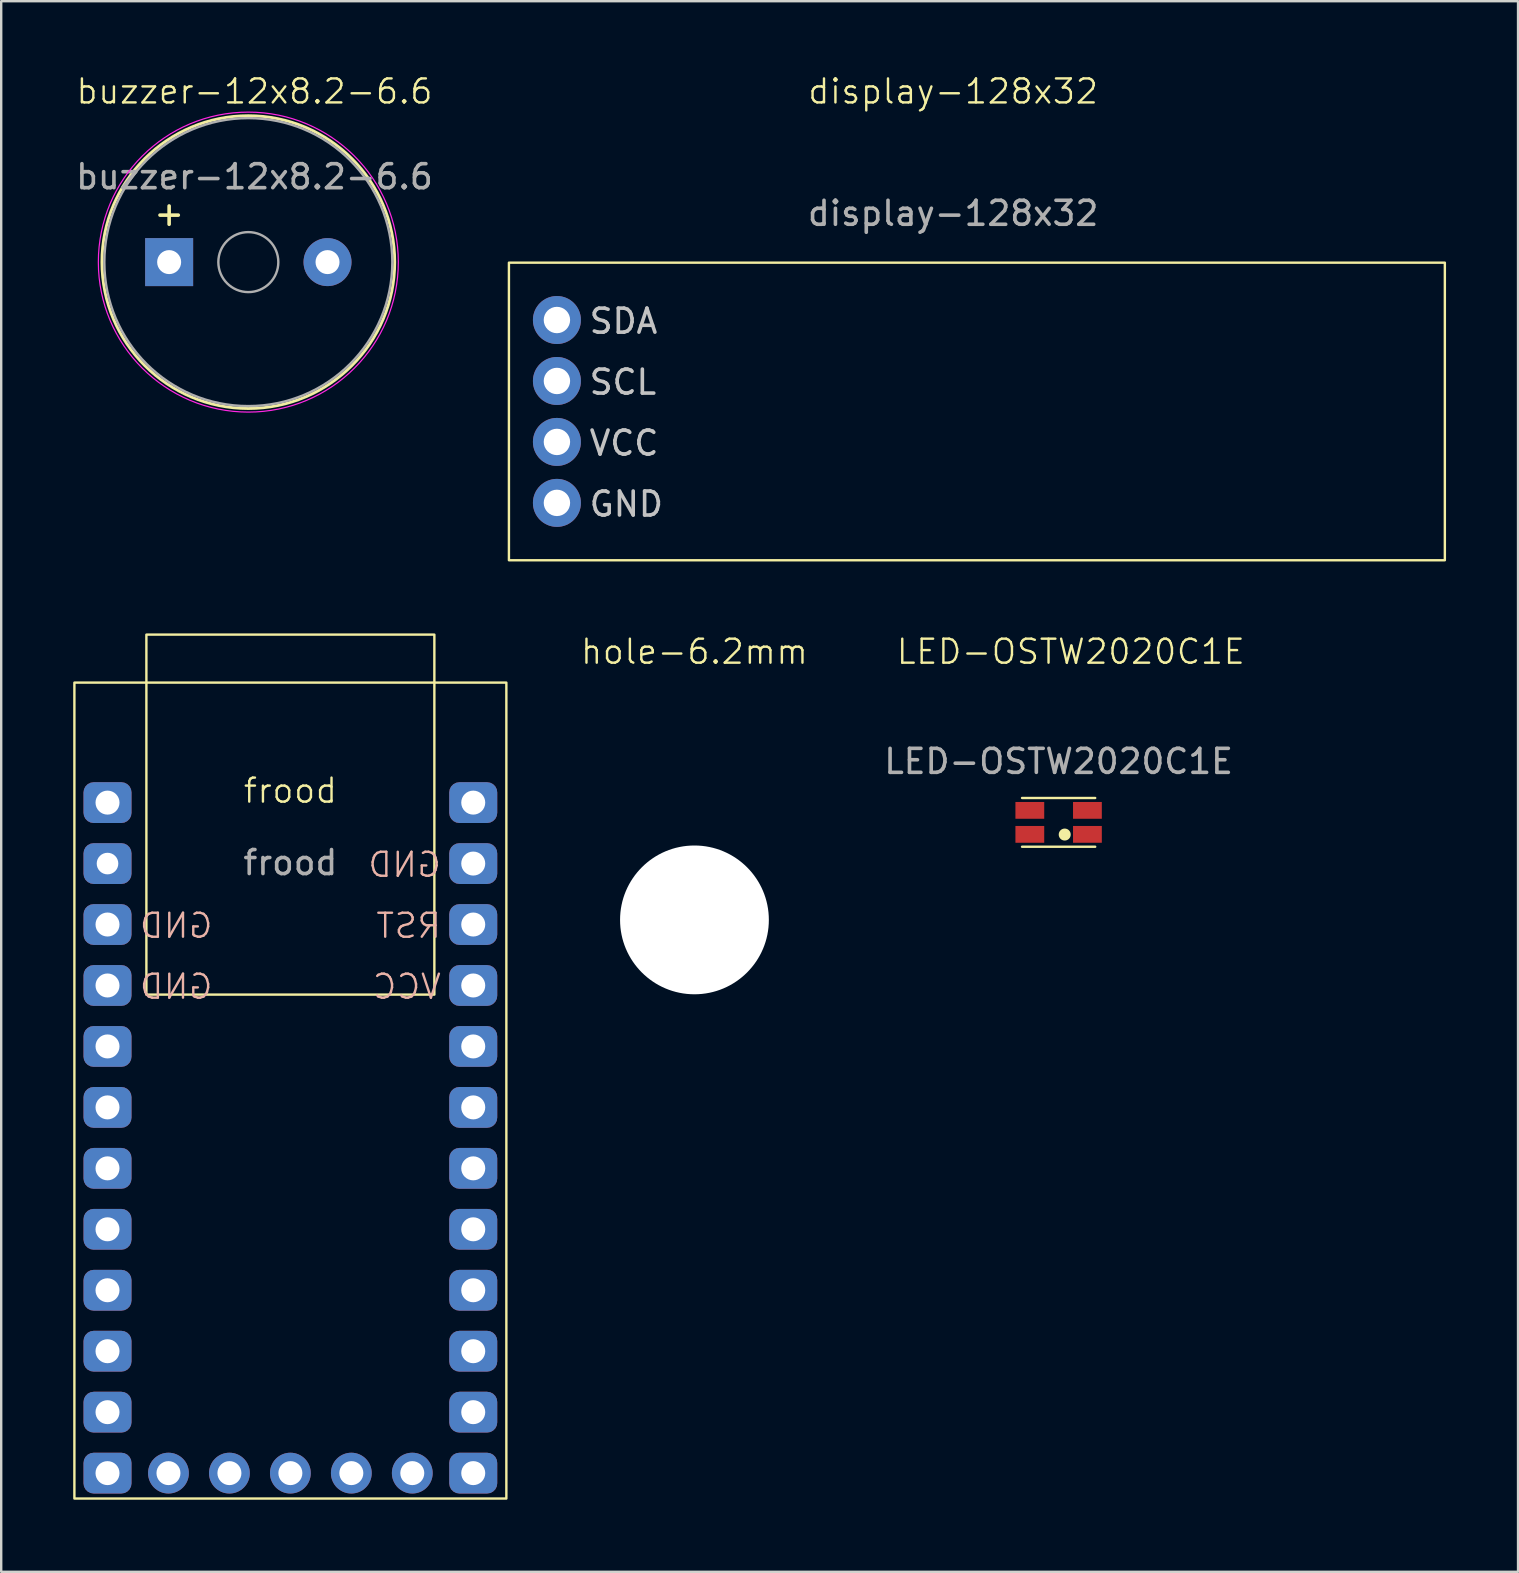
<source format=kicad_pcb>
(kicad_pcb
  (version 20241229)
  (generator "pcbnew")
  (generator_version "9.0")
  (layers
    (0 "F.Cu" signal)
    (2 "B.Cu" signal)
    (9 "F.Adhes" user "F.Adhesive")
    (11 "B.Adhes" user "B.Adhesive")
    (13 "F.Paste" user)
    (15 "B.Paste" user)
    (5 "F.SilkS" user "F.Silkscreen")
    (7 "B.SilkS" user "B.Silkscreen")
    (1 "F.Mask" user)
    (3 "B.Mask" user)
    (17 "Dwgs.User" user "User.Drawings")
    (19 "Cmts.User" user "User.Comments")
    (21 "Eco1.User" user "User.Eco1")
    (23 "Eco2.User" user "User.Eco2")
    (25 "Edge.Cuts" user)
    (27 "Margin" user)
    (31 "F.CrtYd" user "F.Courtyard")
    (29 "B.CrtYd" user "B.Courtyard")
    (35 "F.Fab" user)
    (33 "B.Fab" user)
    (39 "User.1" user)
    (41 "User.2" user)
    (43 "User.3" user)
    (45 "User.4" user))
  (footprint "frood"
    (layer "F.Cu")
    (at 9.05 30.395)
    (property "Reference" "frood" (at 0 -0.5 0) (unlocked yes) (layer "F.SilkS") (effects (font (size 1 1) (thickness 0.1))))
    (attr through_hole)
    (fp_rect (start -9 -5) (end 9 29) (stroke (width 0.1) (type default)) (fill no) (layer "F.SilkS"))
    (fp_rect (start -6 -7) (end 6 8) (stroke (width 0.1) (type default)) (fill no) (layer "F.SilkS"))
    (fp_text user "RST" (at 6.35 5.715 0) (unlocked yes) (layer "B.SilkS") (effects (font (size 1 1) (thickness 0.1)) (justify left bottom mirror)))
    (fp_text user "GND" (at 6.35 3.175 0) (unlocked yes) (layer "B.SilkS") (effects (font (size 1 1) (thickness 0.1)) (justify left bottom mirror)))
    (fp_text user "GND" (at -6.35 8.255 0) (unlocked yes) (layer "B.SilkS") (effects (font (size 1 1) (thickness 0.1)) (justify right bottom mirror)))
    (fp_text user "VCC" (at 6.35 8.255 0) (unlocked yes) (layer "B.SilkS") (effects (font (size 1 1) (thickness 0.1)) (justify left bottom mirror)))
    (fp_text user "GND" (at -6.35 5.715 0) (unlocked yes) (layer "B.SilkS") (effects (font (size 1 1) (thickness 0.1)) (justify right bottom mirror)))
    (fp_text user "${REFERENCE}" (at 0 2.5 0) (unlocked yes) (layer "F.Fab") (effects (font (size 1 1) (thickness 0.15))))
    (pad "1" thru_hole roundrect (at -7.62 0) (size 2 1.7) (drill 1) (layers "*.Cu" "*.Mask") (roundrect_rratio 0.25))
    (pad "2" thru_hole roundrect (at -7.62 2.54) (size 2 1.7) (drill 0.9) (layers "*.Cu" "*.Mask") (roundrect_rratio 0.25))
    (pad "3" thru_hole roundrect (at -7.62 5.08) (size 2 1.7) (drill 1) (layers "*.Cu" "*.Mask") (roundrect_rratio 0.25))
    (pad "4" thru_hole roundrect (at -7.62 7.62) (size 2 1.7) (drill 1) (layers "*.Cu" "*.Mask") (roundrect_rratio 0.25))
    (pad "5" thru_hole roundrect (at -7.62 10.16) (size 2 1.7) (drill 1) (layers "*.Cu" "*.Mask") (roundrect_rratio 0.25))
    (pad "6" thru_hole roundrect (at -7.62 12.7) (size 2 1.7) (drill 1) (layers "*.Cu" "*.Mask") (roundrect_rratio 0.25))
    (pad "7" thru_hole roundrect (at -7.62 15.24) (size 2 1.7) (drill 1) (layers "*.Cu" "*.Mask") (roundrect_rratio 0.25))
    (pad "8" thru_hole roundrect (at -7.62 17.78) (size 2 1.7) (drill 1) (layers "*.Cu" "*.Mask") (roundrect_rratio 0.25))
    (pad "9" thru_hole roundrect (at -7.62 20.32) (size 2 1.7) (drill 1) (layers "*.Cu" "*.Mask") (roundrect_rratio 0.25))
    (pad "10" thru_hole roundrect (at -7.62 22.86) (size 2 1.7) (drill 1) (layers "*.Cu" "*.Mask") (roundrect_rratio 0.25))
    (pad "11" thru_hole roundrect (at -7.62 25.4) (size 2 1.7) (drill 1) (layers "*.Cu" "*.Mask") (roundrect_rratio 0.25))
    (pad "12" thru_hole roundrect (at -7.62 27.94) (size 2 1.7) (drill 1) (layers "*.Cu" "*.Mask") (roundrect_rratio 0.25))
    (pad "13" thru_hole roundrect (at 7.62 27.94) (size 2 1.7) (drill 1) (layers "*.Cu" "*.Mask") (roundrect_rratio 0.25))
    (pad "14" thru_hole roundrect (at 7.62 25.4) (size 2 1.7) (drill 1) (layers "*.Cu" "*.Mask") (roundrect_rratio 0.25))
    (pad "15" thru_hole roundrect (at 7.62 22.86) (size 2 1.7) (drill 1) (layers "*.Cu" "*.Mask") (roundrect_rratio 0.25))
    (pad "16" thru_hole roundrect (at 7.62 20.32) (size 2 1.7) (drill 1) (layers "*.Cu" "*.Mask") (roundrect_rratio 0.25))
    (pad "17" thru_hole roundrect (at 7.62 17.78) (size 2 1.7) (drill 1) (layers "*.Cu" "*.Mask") (roundrect_rratio 0.25))
    (pad "18" thru_hole roundrect (at 7.62 15.24) (size 2 1.7) (drill 1) (layers "*.Cu" "*.Mask") (roundrect_rratio 0.25))
    (pad "19" thru_hole roundrect (at 7.62 12.7) (size 2 1.7) (drill 1) (layers "*.Cu" "*.Mask") (roundrect_rratio 0.25))
    (pad "20" thru_hole roundrect (at 7.62 10.16) (size 2 1.7) (drill 1) (layers "*.Cu" "*.Mask") (roundrect_rratio 0.25))
    (pad "21" thru_hole roundrect (at 7.62 7.62) (size 2 1.7) (drill 1) (layers "*.Cu" "*.Mask") (roundrect_rratio 0.25))
    (pad "22" thru_hole roundrect (at 7.62 5.08) (size 2 1.7) (drill 1) (layers "*.Cu" "*.Mask") (roundrect_rratio 0.25))
    (pad "23" thru_hole roundrect (at 7.62 2.54) (size 2 1.7) (drill 1) (layers "*.Cu" "*.Mask") (roundrect_rratio 0.25))
    (pad "24" thru_hole roundrect (at 7.62 0) (size 2 1.7) (drill 1) (layers "*.Cu" "*.Mask") (roundrect_rratio 0.25))
    (pad "25" thru_hole circle (at -5.08 27.94) (size 1.7 1.7) (drill 1) (layers "*.Cu" "*.Mask"))
    (pad "26" thru_hole circle (at -2.54 27.94) (size 1.7 1.7) (drill 1) (layers "*.Cu" "*.Mask"))
    (pad "27" thru_hole circle (at 0 27.94) (size 1.7 1.7) (drill 1) (layers "*.Cu" "*.Mask"))
    (pad "28" thru_hole circle (at 2.54 27.94) (size 1.7 1.7) (drill 1) (layers "*.Cu" "*.Mask"))
    (pad "29" thru_hole circle (at 5.08 27.94) (size 1.7 1.7) (drill 1) (layers "*.Cu" "*.Mask")))
  (footprint "hole-6.2mm"
    (layer "F.Cu")
    (at 25.888 35.282)
    (property "Reference" "hole-6.2mm" (at 0 -11.176 0) (unlocked yes) (layer "F.SilkS") (effects (font (size 1 1) (thickness 0.1))))
    (attr through_hole)
    (pad "" np_thru_hole circle (at 0 0) (size 6.2 6.2) (drill 6.2) (layers "*.Cu" "*.Mask")))
  (footprint "display-128x32"
    (layer "F.Cu")
    (at 20.157 14.095)
    (property "Reference" "display-128x32" (at 16.51 -13.335 0) (unlocked yes) (layer "F.SilkS") (effects (font (size 1 1) (thickness 0.1))))
    (attr through_hole)
    (fp_rect (start -2 -6.2) (end 37 6.2) (stroke (width 0.1) (type default)) (fill no) (layer "F.SilkS"))
    (fp_text user "SDA" (at 1.27 -3.175 0) (unlocked yes) (layer "Dwgs.User") (effects (font (size 1 1) (thickness 0.15)) (justify left bottom)))
    (fp_text user "VCC" (at 1.27 1.905 0) (unlocked yes) (layer "Dwgs.User") (effects (font (size 1 1) (thickness 0.15)) (justify left bottom)))
    (fp_text user "SCL" (at 1.27 -0.635 0) (unlocked yes) (layer "Dwgs.User") (effects (font (size 1 1) (thickness 0.15)) (justify left bottom)))
    (fp_text user "GND" (at 1.27 4.445 0) (unlocked yes) (layer "Dwgs.User") (effects (font (size 1 1) (thickness 0.15)) (justify left bottom)))
    (fp_text user "${REFERENCE}" (at 16.51 -8.255 0) (unlocked yes) (layer "F.Fab") (effects (font (size 1 1) (thickness 0.15))))
    (pad "1" thru_hole circle (at 0 -3.81) (size 2 2) (drill 1.1) (layers "*.Cu" "B.Mask"))
    (pad "2" thru_hole circle (at 0 -1.27) (size 2 2) (drill 1.1) (layers "*.Cu" "B.Mask"))
    (pad "3" thru_hole circle (at 0 1.27) (size 2 2) (drill 1.1) (layers "*.Cu" "B.Mask"))
    (pad "4" thru_hole circle (at 0 3.81) (size 2 2) (drill 1.1) (layers "*.Cu" "B.Mask")))
  (footprint "buzzer-12x8.2-6.6"
    (layer "F.Cu")
    (at 3.998 7.872)
    (property "Reference" "buzzer-12x8.2-6.6" (at 3.556 -7.112 0) (unlocked yes) (layer "F.SilkS") (effects (font (size 1 1) (thickness 0.1))))
    (attr through_hole)
    (fp_circle (center 3.3 0) (end 9.4 0) (stroke (width 0.12) (type solid)) (fill no) (layer "F.SilkS"))
    (fp_circle (center 3.3 0) (end 9.55 0) (stroke (width 0.05) (type solid)) (fill no) (layer "F.CrtYd"))
    (fp_circle (center 3.3 0) (end 4.55 0) (stroke (width 0.1) (type solid)) (fill no) (layer "F.Fab"))
    (fp_circle (center 3.3 0) (end 9.3 0) (stroke (width 0.1) (type solid)) (fill no) (layer "F.Fab"))
    (fp_text user "+" (at 0 -2.032 0) (layer "F.SilkS") (effects (font (size 1 1) (thickness 0.15))))
    (fp_text user "${REFERENCE}" (at 3.556 -3.556 0) (unlocked yes) (layer "F.Fab") (effects (font (size 1 1) (thickness 0.15))))
    (pad "1" thru_hole rect (at 0 0) (size 2 2) (drill 1) (layers "*.Cu" "*.Mask"))
    (pad "2" thru_hole circle (at 6.6 0) (size 2 2) (drill 1) (layers "*.Cu" "*.Mask")))
  (footprint "LED-OSTW2020C1E"
    (layer "F.Cu")
    (at 41.063 31.218)
    (property "Reference" "LED-OSTW2020C1E" (at 0.508 -7.112 0) (unlocked yes) (layer "F.SilkS") (effects (font (size 1 1) (thickness 0.1))))
    (attr smd)
    (fp_line (start -1.524 -1.016) (end 1.524 -1.016) (stroke (width 0.1) (type default)) (layer "F.SilkS"))
    (fp_line (start -1.524 1.016) (end 1.524 1.016) (stroke (width 0.1) (type default)) (layer "F.SilkS"))
    (fp_circle (center 0.254 0.508) (end 0.454 0.508) (stroke (width 0.1) (type solid)) (fill yes) (layer "F.SilkS"))
    (fp_text user "${REFERENCE}" (at 0 -2.54 0) (unlocked yes) (layer "F.Fab") (effects (font (size 1 1) (thickness 0.15))))
    (pad "1" smd rect (at 1.2 0.5) (size 1.2 0.7) (layers "F.Cu" "F.Mask" "F.Paste"))
    (pad "2" smd rect (at 1.2 -0.5) (size 1.2 0.7) (layers "F.Cu" "F.Mask" "F.Paste"))
    (pad "3" smd rect (at -1.2 -0.5) (size 1.2 0.7) (layers "F.Cu" "F.Mask" "F.Paste"))
    (pad "4" smd rect (at -1.2 0.5) (size 1.2 0.7) (layers "F.Cu" "F.Mask" "F.Paste")))
  (gr_rect
    (start -3 -3)
    (end 60.207 62.446)
    (stroke (width 0.1) (type default))
    (fill no)
    (layer "Edge.Cuts")))
</source>
